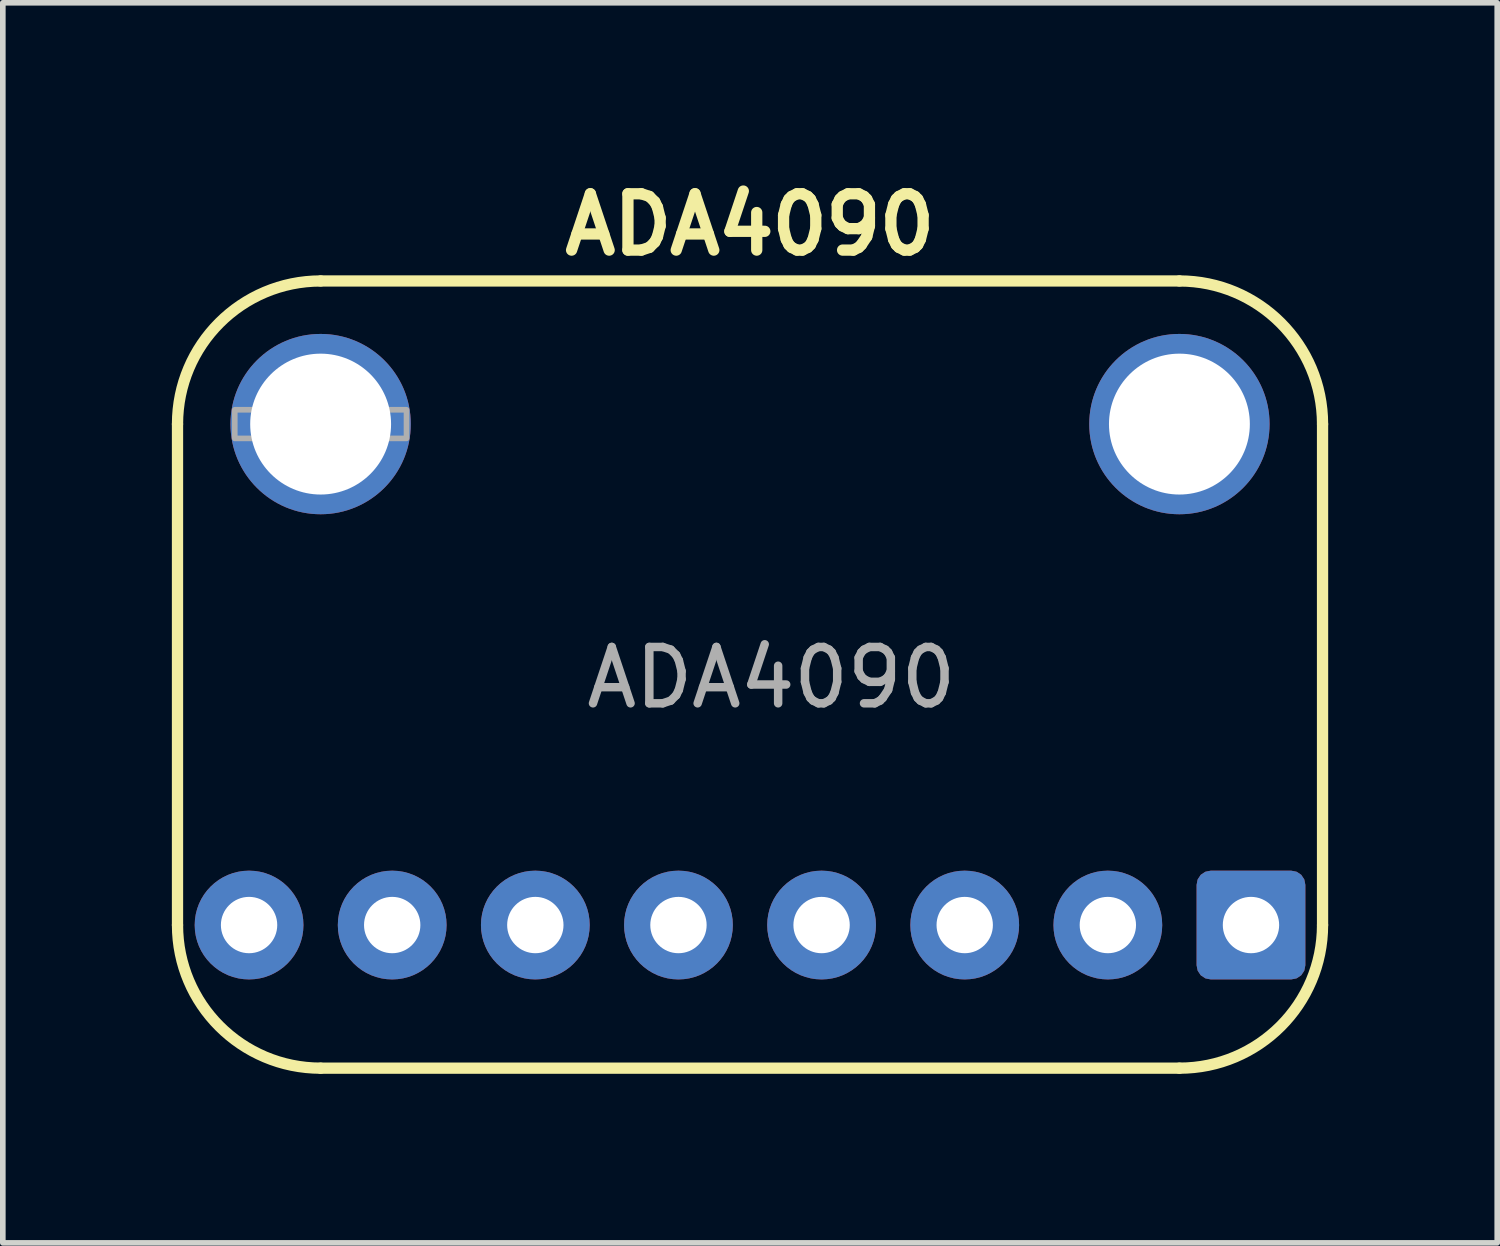
<source format=kicad_pcb>
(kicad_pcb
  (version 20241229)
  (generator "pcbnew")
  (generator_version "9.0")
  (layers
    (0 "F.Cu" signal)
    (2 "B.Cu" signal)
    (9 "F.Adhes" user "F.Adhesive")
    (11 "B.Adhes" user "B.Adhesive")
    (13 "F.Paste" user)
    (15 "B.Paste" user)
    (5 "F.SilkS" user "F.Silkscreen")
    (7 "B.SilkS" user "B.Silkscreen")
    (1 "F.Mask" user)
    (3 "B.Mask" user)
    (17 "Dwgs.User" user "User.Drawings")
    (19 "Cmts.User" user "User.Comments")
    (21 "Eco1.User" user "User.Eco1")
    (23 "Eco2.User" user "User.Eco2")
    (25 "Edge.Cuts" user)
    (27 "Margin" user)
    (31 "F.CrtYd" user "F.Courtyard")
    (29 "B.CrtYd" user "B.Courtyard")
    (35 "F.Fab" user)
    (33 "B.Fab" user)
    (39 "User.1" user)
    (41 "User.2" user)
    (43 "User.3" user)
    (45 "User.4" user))
  (footprint "ADA4090"
    (layer "F.Cu")
    (at 10.26 1.936)
    (property "Reference" "ADA4090" (at 0 -1 0) (unlocked yes) (layer "F.SilkS") (effects (font (size 1 1) (thickness 0.2))))
    (attr through_hole)
    (fp_line (start -10.16 11.43) (end -10.16 2.54) (stroke (width 0.2) (type solid)) (layer "F.SilkS"))
    (fp_line (start -7.62 0) (end 7.62 0) (stroke (width 0.2) (type solid)) (layer "F.SilkS"))
    (fp_line (start 7.62 13.97) (end -7.62 13.97) (stroke (width 0.2) (type solid)) (layer "F.SilkS"))
    (fp_line (start 10.16 2.54) (end 10.16 11.43) (stroke (width 0.2) (type solid)) (layer "F.SilkS"))
    (fp_arc (start -10.16 2.54) (mid -9.416051 0.743949) (end -7.62 0) (stroke (width 0.2) (type solid)) (layer "F.SilkS"))
    (fp_arc (start -7.62 13.97) (mid -9.416051 13.226051) (end -10.16 11.43) (stroke (width 0.2) (type solid)) (layer "F.SilkS"))
    (fp_arc (start 7.62 0) (mid 9.416051 0.743949) (end 10.16 2.54) (stroke (width 0.2) (type solid)) (layer "F.SilkS"))
    (fp_arc (start 10.16 11.43) (mid 9.416051 13.226051) (end 7.62 13.97) (stroke (width 0.2) (type solid)) (layer "F.SilkS"))
    (fp_poly (pts (xy -9.144 2.794) (xy -8.636 2.794) (xy -8.636 2.286) (xy -9.144 2.286)) (stroke (width 0.1) (type default)) (fill no) (layer "F.Fab"))
    (fp_poly (pts (xy -6.604 2.794) (xy -6.096 2.794) (xy -6.096 2.286) (xy -6.604 2.286)) (stroke (width 0.1) (type default)) (fill no) (layer "F.Fab"))
    (fp_text user "${REFERENCE}" (at 0.38 7.04 0) (unlocked yes) (layer "F.Fab") (effects (font (size 1 1) (thickness 0.15))))
    (pad "1" thru_hole roundrect (at 8.89 11.43 270) (size 1.93 1.93) (drill 1) (layers "*.Cu" "*.Mask") (roundrect_rratio 0.13))
    (pad "2" thru_hole circle (at 6.35 11.43 270) (size 1.93 1.93) (drill 1) (layers "*.Cu" "*.Mask"))
    (pad "3" thru_hole circle (at 3.81 11.43 270) (size 1.93 1.93) (drill 1) (layers "*.Cu" "*.Mask"))
    (pad "4" thru_hole circle (at 1.27 11.43 270) (size 1.93 1.93) (drill 1) (layers "*.Cu" "*.Mask"))
    (pad "5" thru_hole circle (at -1.27 11.43 270) (size 1.93 1.93) (drill 1) (layers "*.Cu" "*.Mask"))
    (pad "6" thru_hole circle (at -3.81 11.43 270) (size 1.93 1.93) (drill 1) (layers "*.Cu" "*.Mask"))
    (pad "7" thru_hole circle (at -6.35 11.43 270) (size 1.93 1.93) (drill 1) (layers "*.Cu" "*.Mask"))
    (pad "8" thru_hole circle (at -8.89 11.43 270) (size 1.93 1.93) (drill 1) (layers "*.Cu" "*.Mask"))
    (pad "P$1" thru_hole circle (at -7.62 2.54 180) (size 3.2 3.2) (drill 2.5) (layers "*.Cu" "*.Mask"))
    (pad "P$1" thru_hole circle (at 7.62 2.54 180) (size 3.2 3.2) (drill 2.5) (layers "*.Cu" "*.Mask")))
  (gr_rect
    (start -3 -3)
    (end 23.52 19.006)
    (stroke (width 0.1) (type default))
    (fill no)
    (layer "Edge.Cuts")))
</source>
